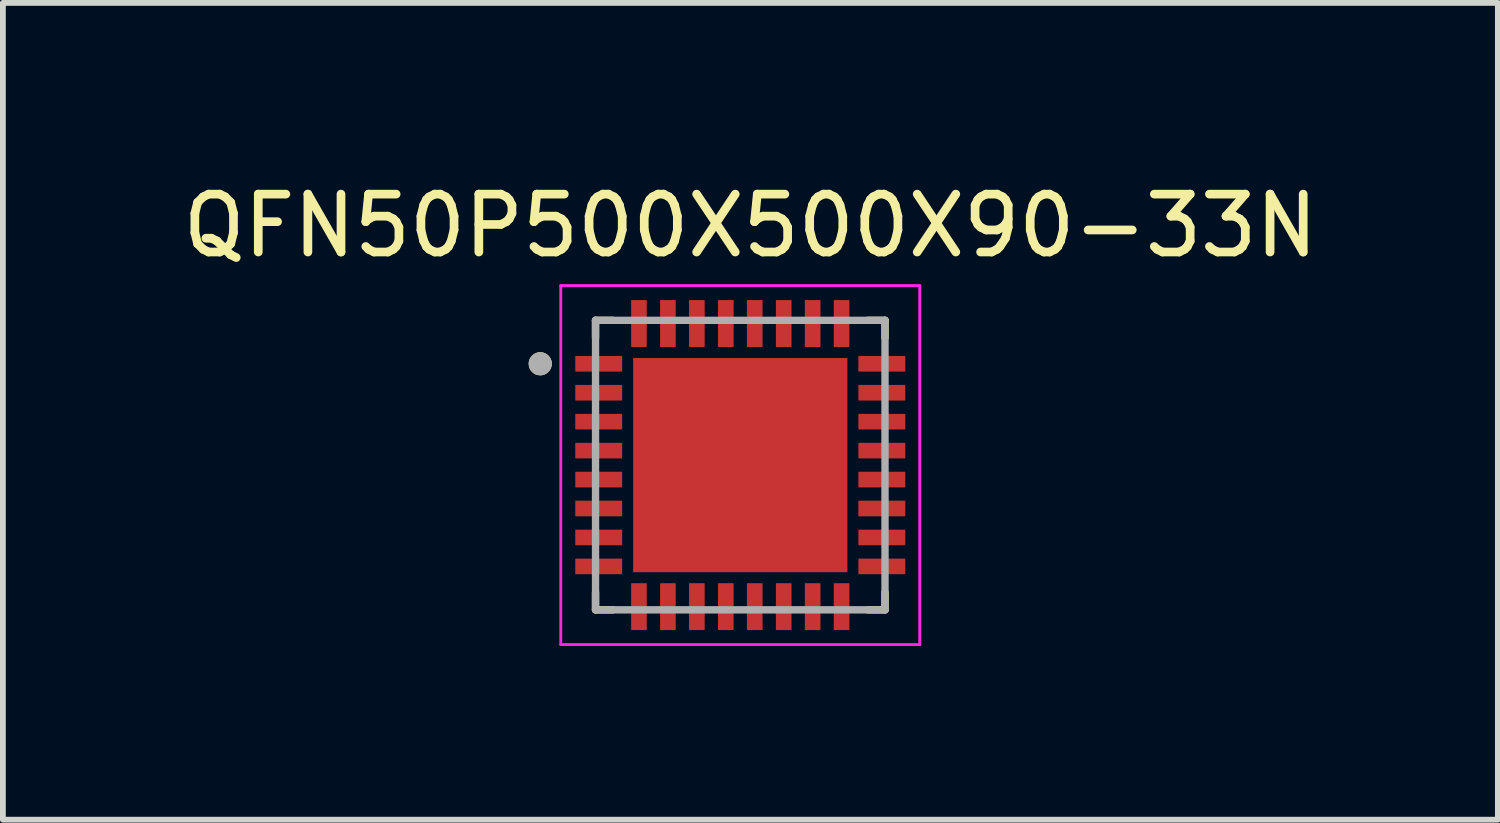
<source format=kicad_pcb>
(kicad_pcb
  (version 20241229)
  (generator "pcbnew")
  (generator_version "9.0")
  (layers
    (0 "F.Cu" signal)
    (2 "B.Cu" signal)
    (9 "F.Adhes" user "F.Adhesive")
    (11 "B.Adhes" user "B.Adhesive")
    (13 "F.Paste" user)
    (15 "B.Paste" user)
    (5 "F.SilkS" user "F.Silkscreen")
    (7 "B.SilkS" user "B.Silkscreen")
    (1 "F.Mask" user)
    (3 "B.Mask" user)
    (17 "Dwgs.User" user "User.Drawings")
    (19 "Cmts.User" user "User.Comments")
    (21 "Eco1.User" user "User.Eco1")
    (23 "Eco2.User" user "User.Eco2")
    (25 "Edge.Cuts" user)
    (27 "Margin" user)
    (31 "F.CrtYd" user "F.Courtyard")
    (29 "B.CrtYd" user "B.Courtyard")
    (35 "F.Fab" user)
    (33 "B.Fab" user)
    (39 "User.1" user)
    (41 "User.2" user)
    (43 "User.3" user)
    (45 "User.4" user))
  (footprint "QFN50P500X500X90-33N"
    (layer "F.Cu")
    (at 9.736 4.983)
    (property "Reference" "QFN50P500X500X90-33N" (at 0.175 -4.135 0) (layer "F.SilkS") (effects (font (size 1 1) (thickness 0.15))))
    (attr through_hole)
    (fp_line (start -2.5 -2.5) (end -2.5 -2.2) (stroke (width 0.127) (type solid)) (layer "F.SilkS"))
    (fp_line (start -2.5 -2.5) (end -2.2 -2.5) (stroke (width 0.127) (type solid)) (layer "F.SilkS"))
    (fp_line (start -2.5 2.5) (end -2.5 2.2) (stroke (width 0.127) (type solid)) (layer "F.SilkS"))
    (fp_line (start -2.5 2.5) (end -2.2 2.5) (stroke (width 0.127) (type solid)) (layer "F.SilkS"))
    (fp_line (start 2.5 -2.5) (end 2.2 -2.5) (stroke (width 0.127) (type solid)) (layer "F.SilkS"))
    (fp_line (start 2.5 -2.5) (end 2.5 -2.2) (stroke (width 0.127) (type solid)) (layer "F.SilkS"))
    (fp_line (start 2.5 2.5) (end 2.2 2.5) (stroke (width 0.127) (type solid)) (layer "F.SilkS"))
    (fp_line (start 2.5 2.5) (end 2.5 2.2) (stroke (width 0.127) (type solid)) (layer "F.SilkS"))
    (fp_circle (center -3.455 -1.75) (end -3.355 -1.75) (stroke (width 0.2) (type solid)) (fill no) (layer "F.SilkS"))
    (fp_poly (pts (xy -1.17 -1.17) (xy 1.17 -1.17) (xy 1.17 1.17) (xy -1.17 1.17)) (stroke (width 0.01) (type solid)) (fill yes) (layer "F.Paste"))
    (fp_line (start -3.1 -3.1) (end 3.1 -3.1) (stroke (width 0.05) (type solid)) (layer "F.CrtYd"))
    (fp_line (start -3.1 3.1) (end -3.1 -3.1) (stroke (width 0.05) (type solid)) (layer "F.CrtYd"))
    (fp_line (start -3.1 3.1) (end 3.1 3.1) (stroke (width 0.05) (type solid)) (layer "F.CrtYd"))
    (fp_line (start 3.1 3.1) (end 3.1 -3.1) (stroke (width 0.05) (type solid)) (layer "F.CrtYd"))
    (fp_line (start -2.5 2.5) (end -2.5 -2.5) (stroke (width 0.127) (type solid)) (layer "F.Fab"))
    (fp_line (start 2.5 -2.5) (end -2.5 -2.5) (stroke (width 0.127) (type solid)) (layer "F.Fab"))
    (fp_line (start 2.5 2.5) (end -2.5 2.5) (stroke (width 0.127) (type solid)) (layer "F.Fab"))
    (fp_line (start 2.5 2.5) (end 2.5 -2.5) (stroke (width 0.127) (type solid)) (layer "F.Fab"))
    (fp_circle (center -3.455 -1.75) (end -3.355 -1.75) (stroke (width 0.2) (type solid)) (fill no) (layer "F.Fab"))
    (pad "1" smd roundrect (at -2.445 -1.75) (size 0.81 0.27) (layers "F.Cu" "F.Mask" "F.Paste") (roundrect_rratio 0.03))
    (pad "2" smd roundrect (at -2.445 -1.25) (size 0.81 0.27) (layers "F.Cu" "F.Mask" "F.Paste") (roundrect_rratio 0.03))
    (pad "3" smd roundrect (at -2.445 -0.75) (size 0.81 0.27) (layers "F.Cu" "F.Mask" "F.Paste") (roundrect_rratio 0.03))
    (pad "4" smd roundrect (at -2.445 -0.25) (size 0.81 0.27) (layers "F.Cu" "F.Mask" "F.Paste") (roundrect_rratio 0.03))
    (pad "5" smd roundrect (at -2.445 0.25) (size 0.81 0.27) (layers "F.Cu" "F.Mask" "F.Paste") (roundrect_rratio 0.03))
    (pad "6" smd roundrect (at -2.445 0.75) (size 0.81 0.27) (layers "F.Cu" "F.Mask" "F.Paste") (roundrect_rratio 0.03))
    (pad "7" smd roundrect (at -2.445 1.25) (size 0.81 0.27) (layers "F.Cu" "F.Mask" "F.Paste") (roundrect_rratio 0.03))
    (pad "8" smd roundrect (at -2.445 1.75) (size 0.81 0.27) (layers "F.Cu" "F.Mask" "F.Paste") (roundrect_rratio 0.03))
    (pad "9" smd roundrect (at -1.75 2.445 90) (size 0.81 0.27) (layers "F.Cu" "F.Mask" "F.Paste") (roundrect_rratio 0.03))
    (pad "10" smd roundrect (at -1.25 2.445 90) (size 0.81 0.27) (layers "F.Cu" "F.Mask" "F.Paste") (roundrect_rratio 0.03))
    (pad "11" smd roundrect (at -0.75 2.445 90) (size 0.81 0.27) (layers "F.Cu" "F.Mask" "F.Paste") (roundrect_rratio 0.03))
    (pad "12" smd roundrect (at -0.25 2.445 90) (size 0.81 0.27) (layers "F.Cu" "F.Mask" "F.Paste") (roundrect_rratio 0.03))
    (pad "13" smd roundrect (at 0.25 2.445 90) (size 0.81 0.27) (layers "F.Cu" "F.Mask" "F.Paste") (roundrect_rratio 0.03))
    (pad "14" smd roundrect (at 0.75 2.445 90) (size 0.81 0.27) (layers "F.Cu" "F.Mask" "F.Paste") (roundrect_rratio 0.03))
    (pad "15" smd roundrect (at 1.25 2.445 90) (size 0.81 0.27) (layers "F.Cu" "F.Mask" "F.Paste") (roundrect_rratio 0.03))
    (pad "16" smd roundrect (at 1.75 2.445 90) (size 0.81 0.27) (layers "F.Cu" "F.Mask" "F.Paste") (roundrect_rratio 0.03))
    (pad "17" smd roundrect (at 2.445 1.75) (size 0.81 0.27) (layers "F.Cu" "F.Mask" "F.Paste") (roundrect_rratio 0.03))
    (pad "18" smd roundrect (at 2.445 1.25) (size 0.81 0.27) (layers "F.Cu" "F.Mask" "F.Paste") (roundrect_rratio 0.03))
    (pad "19" smd roundrect (at 2.445 0.75) (size 0.81 0.27) (layers "F.Cu" "F.Mask" "F.Paste") (roundrect_rratio 0.03))
    (pad "20" smd roundrect (at 2.445 0.25) (size 0.81 0.27) (layers "F.Cu" "F.Mask" "F.Paste") (roundrect_rratio 0.03))
    (pad "21" smd roundrect (at 2.445 -0.25) (size 0.81 0.27) (layers "F.Cu" "F.Mask" "F.Paste") (roundrect_rratio 0.03))
    (pad "22" smd roundrect (at 2.445 -0.75) (size 0.81 0.27) (layers "F.Cu" "F.Mask" "F.Paste") (roundrect_rratio 0.03))
    (pad "23" smd roundrect (at 2.445 -1.25) (size 0.81 0.27) (layers "F.Cu" "F.Mask" "F.Paste") (roundrect_rratio 0.03))
    (pad "24" smd roundrect (at 2.445 -1.75) (size 0.81 0.27) (layers "F.Cu" "F.Mask" "F.Paste") (roundrect_rratio 0.03))
    (pad "25" smd roundrect (at 1.75 -2.445 90) (size 0.81 0.27) (layers "F.Cu" "F.Mask" "F.Paste") (roundrect_rratio 0.03))
    (pad "26" smd roundrect (at 1.25 -2.445 90) (size 0.81 0.27) (layers "F.Cu" "F.Mask" "F.Paste") (roundrect_rratio 0.03))
    (pad "27" smd roundrect (at 0.75 -2.445 90) (size 0.81 0.27) (layers "F.Cu" "F.Mask" "F.Paste") (roundrect_rratio 0.03))
    (pad "28" smd roundrect (at 0.25 -2.445 90) (size 0.81 0.27) (layers "F.Cu" "F.Mask" "F.Paste") (roundrect_rratio 0.03))
    (pad "29" smd roundrect (at -0.25 -2.445 90) (size 0.81 0.27) (layers "F.Cu" "F.Mask" "F.Paste") (roundrect_rratio 0.03))
    (pad "30" smd roundrect (at -0.75 -2.445 90) (size 0.81 0.27) (layers "F.Cu" "F.Mask" "F.Paste") (roundrect_rratio 0.03))
    (pad "31" smd roundrect (at -1.25 -2.445 90) (size 0.81 0.27) (layers "F.Cu" "F.Mask" "F.Paste") (roundrect_rratio 0.03))
    (pad "32" smd roundrect (at -1.75 -2.445 90) (size 0.81 0.27) (layers "F.Cu" "F.Mask" "F.Paste") (roundrect_rratio 0.03))
    (pad "33" smd rect (at 0 0) (size 3.7 3.7) (layers "F.Cu" "F.Mask")))
  (gr_rect
    (start -3 -3)
    (end 22.821 11.108)
    (stroke (width 0.1) (type default))
    (fill no)
    (layer "Edge.Cuts")))
</source>
